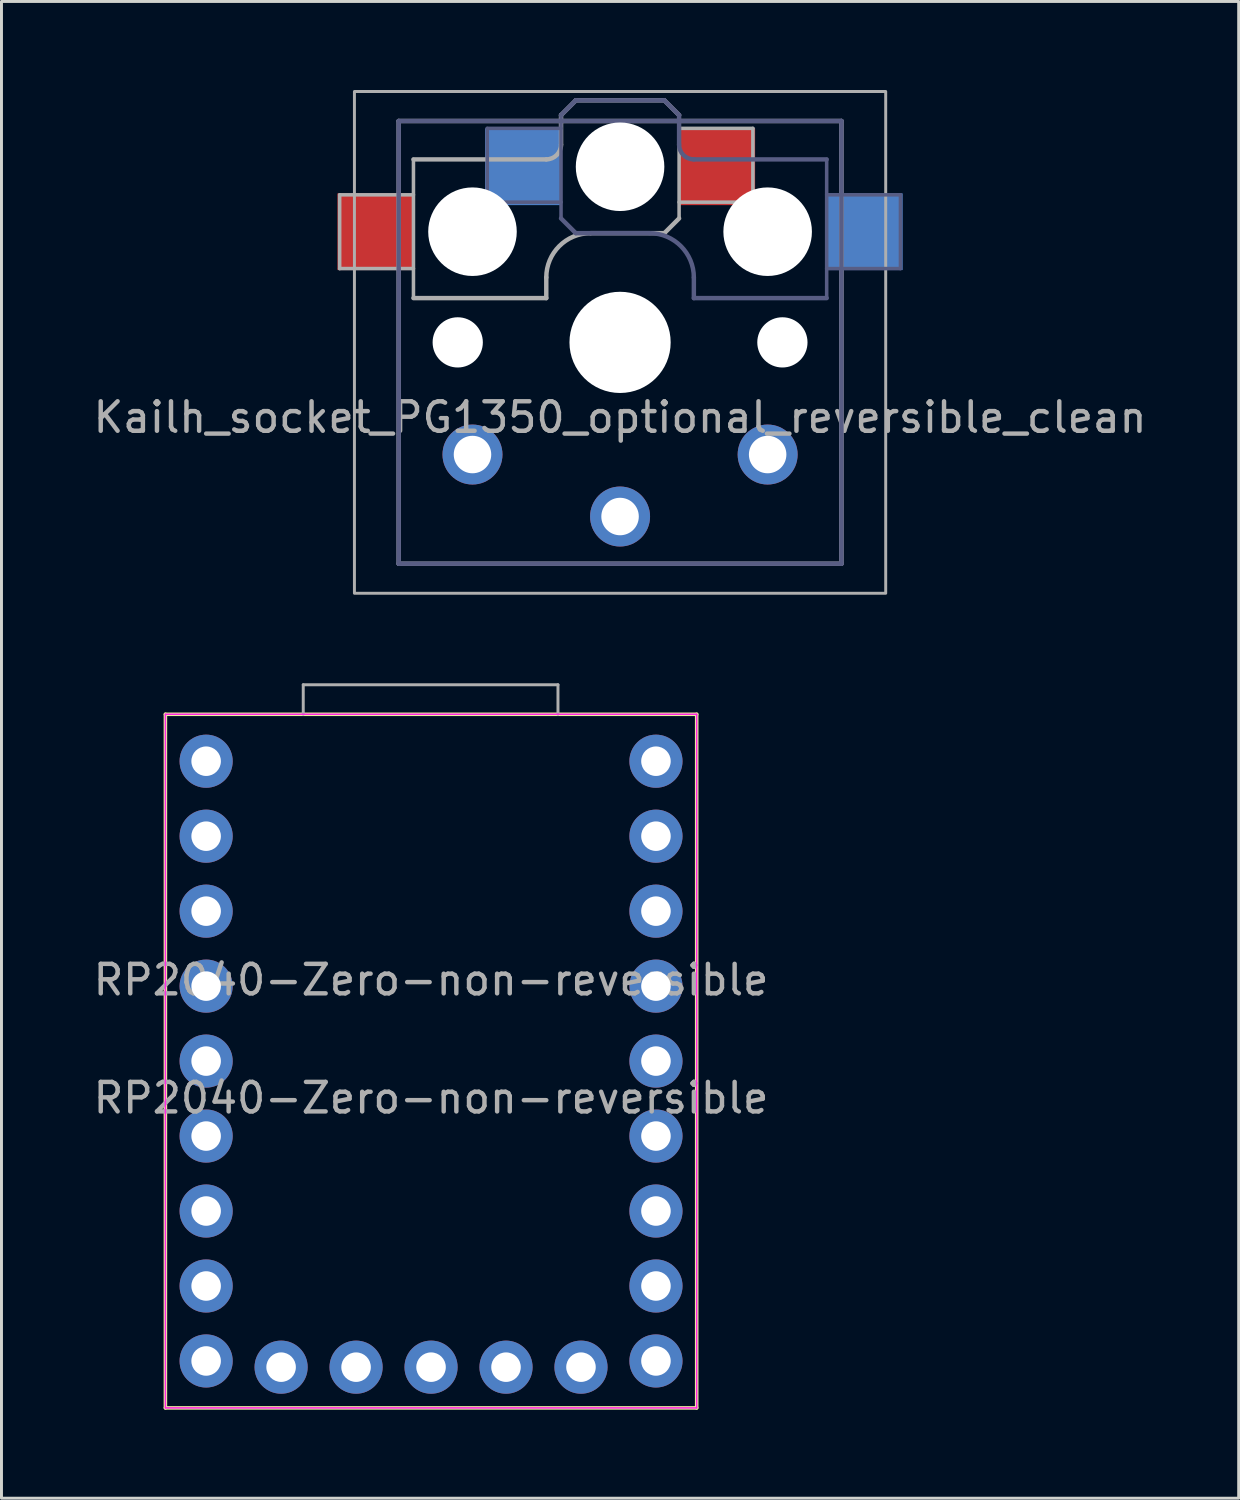
<source format=kicad_pcb>
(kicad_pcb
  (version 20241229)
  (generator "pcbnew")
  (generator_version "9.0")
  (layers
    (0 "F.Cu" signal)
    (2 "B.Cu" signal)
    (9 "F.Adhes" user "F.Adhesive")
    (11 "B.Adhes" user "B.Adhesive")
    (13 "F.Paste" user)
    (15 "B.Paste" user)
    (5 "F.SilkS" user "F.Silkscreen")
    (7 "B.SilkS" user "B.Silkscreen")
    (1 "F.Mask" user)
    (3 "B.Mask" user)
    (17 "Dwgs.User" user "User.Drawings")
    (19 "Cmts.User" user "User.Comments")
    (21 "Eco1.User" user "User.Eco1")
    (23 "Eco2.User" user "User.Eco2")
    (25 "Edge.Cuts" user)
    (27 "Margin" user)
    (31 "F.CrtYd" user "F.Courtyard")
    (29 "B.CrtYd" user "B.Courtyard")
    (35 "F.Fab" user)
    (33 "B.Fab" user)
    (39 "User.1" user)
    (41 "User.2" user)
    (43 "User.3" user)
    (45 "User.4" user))
  (footprint "RP2040-Zero-non-reversible"
    (layer "F.Cu")
    (at 11.554 33.65)
    (property "Reference" "RP2040-Zero-non-reversible" (at 0 -3.5 0) (unlocked yes) (layer "F.Fab") (effects (font (size 1 1) (thickness 0.15))))
    (attr through_hole)
    (fp_line (start -9 -12.5) (end -9 11) (stroke (width 0.12) (type solid)) (layer "F.SilkS"))
    (fp_line (start -9 11) (end 9 11) (stroke (width 0.12) (type solid)) (layer "F.SilkS"))
    (fp_line (start 9 -12.5) (end -9 -12.5) (stroke (width 0.12) (type solid)) (layer "F.SilkS"))
    (fp_line (start 9 11) (end 9 -12.5) (stroke (width 0.12) (type solid)) (layer "F.SilkS"))
    (fp_line (start -9 -12.5) (end 9 -12.5) (stroke (width 0.05) (type solid)) (layer "F.CrtYd"))
    (fp_line (start -9 11) (end -9 -12.5) (stroke (width 0.05) (type solid)) (layer "F.CrtYd"))
    (fp_line (start 9 -12.5) (end 9 11) (stroke (width 0.05) (type solid)) (layer "F.CrtYd"))
    (fp_line (start 9 11) (end -9 11) (stroke (width 0.05) (type solid)) (layer "F.CrtYd"))
    (fp_line (start -4.33 -13.5) (end -4.33 -12.5) (stroke (width 0.1) (type solid)) (layer "F.Fab"))
    (fp_line (start -4.33 -13.5) (end 4.3 -13.5) (stroke (width 0.1) (type solid)) (layer "F.Fab"))
    (fp_line (start 4.3 -13.5) (end 4.3 -12.5) (stroke (width 0.1) (type solid)) (layer "F.Fab"))
    (fp_text user "${REFERENCE}" (at 0 0.5 0) (unlocked yes) (layer "F.Fab") (effects (font (size 1 1) (thickness 0.15))))
    (pad "1" thru_hole circle (at 7.62 -10.91) (size 1.8 1.8) (drill 1) (layers "*.Cu" "*.Mask"))
    (pad "2" thru_hole circle (at 7.62 -8.37) (size 1.8 1.8) (drill 1) (layers "*.Cu" "*.Mask"))
    (pad "3" thru_hole circle (at 7.62 -5.83) (size 1.8 1.8) (drill 1) (layers "*.Cu" "*.Mask"))
    (pad "4" thru_hole circle (at 7.62 -3.29) (size 1.8 1.8) (drill 1) (layers "*.Cu" "*.Mask"))
    (pad "5" thru_hole circle (at 7.62 -0.75) (size 1.8 1.8) (drill 1) (layers "*.Cu" "*.Mask"))
    (pad "6" thru_hole circle (at 7.62 1.79) (size 1.8 1.8) (drill 1) (layers "*.Cu" "*.Mask"))
    (pad "7" thru_hole circle (at 7.62 4.33) (size 1.8 1.8) (drill 1) (layers "*.Cu" "*.Mask"))
    (pad "8" thru_hole circle (at 7.62 6.87) (size 1.8 1.8) (drill 1) (layers "*.Cu" "*.Mask"))
    (pad "9" thru_hole circle (at 7.62 9.41) (size 1.8 1.8) (drill 1) (layers "*.Cu" "*.Mask"))
    (pad "10" thru_hole circle (at 5.08 9.62) (size 1.8 1.8) (drill 1) (layers "*.Cu" "*.Mask"))
    (pad "11" thru_hole circle (at 2.54 9.62) (size 1.8 1.8) (drill 1) (layers "*.Cu" "*.Mask"))
    (pad "12" thru_hole circle (at 0 9.62) (size 1.8 1.8) (drill 1) (layers "*.Cu" "*.Mask"))
    (pad "13" thru_hole circle (at -2.54 9.62) (size 1.8 1.8) (drill 1) (layers "*.Cu" "*.Mask"))
    (pad "14" thru_hole circle (at -5.08 9.62) (size 1.8 1.8) (drill 1) (layers "*.Cu" "*.Mask"))
    (pad "15" thru_hole circle (at -7.62 9.41) (size 1.8 1.8) (drill 1) (layers "*.Cu" "*.Mask"))
    (pad "16" thru_hole circle (at -7.62 6.87) (size 1.8 1.8) (drill 1) (layers "*.Cu" "*.Mask"))
    (pad "17" thru_hole circle (at -7.62 4.33) (size 1.8 1.8) (drill 1) (layers "*.Cu" "*.Mask"))
    (pad "18" thru_hole circle (at -7.62 1.79) (size 1.8 1.8) (drill 1) (layers "*.Cu" "*.Mask"))
    (pad "19" thru_hole circle (at -7.62 -10.91) (size 1.8 1.8) (drill 1) (layers "*.Cu" "*.Mask"))
    (pad "20" thru_hole circle (at -7.62 -8.37) (size 1.8 1.8) (drill 1) (layers "*.Cu" "*.Mask"))
    (pad "21" thru_hole circle (at -7.62 -5.83) (size 1.8 1.8) (drill 1) (layers "*.Cu" "*.Mask"))
    (pad "22" thru_hole circle (at -7.62 -0.75) (size 1.8 1.8) (drill 1) (layers "*.Cu" "*.Mask"))
    (pad "23" thru_hole circle (at -7.62 -3.29) (size 1.8 1.8) (drill 1) (layers "*.Cu" "*.Mask")))
  (footprint "Kailh_socket_PG1350_optional_reversible_clean"
    (layer "F.Cu")
    (at 17.958 8.55)
    (property "Reference" "Kailh_socket_PG1350_optional_reversible_clean" (at 0 2.54 0) (layer "F.Fab") (effects (font (size 1 1) (thickness 0.15))))
    (attr through_hole)
    (fp_line (start -6.9 6.9) (end -6.9 -6.9) (stroke (width 0.15) (type solid)) (layer "Eco2.User"))
    (fp_line (start -6.9 6.9) (end 6.9 6.9) (stroke (width 0.15) (type solid)) (layer "Eco2.User"))
    (fp_line (start -2.6 -3.1) (end -2.6 -6.3) (stroke (width 0.15) (type solid)) (layer "Eco2.User"))
    (fp_line (start -2.6 -3.1) (end 2.6 -3.1) (stroke (width 0.15) (type solid)) (layer "Eco2.User"))
    (fp_line (start 2.6 -6.3) (end -2.6 -6.3) (stroke (width 0.15) (type solid)) (layer "Eco2.User"))
    (fp_line (start 2.6 -3.1) (end 2.6 -6.3) (stroke (width 0.15) (type solid)) (layer "Eco2.User"))
    (fp_line (start 6.9 -6.9) (end -6.9 -6.9) (stroke (width 0.15) (type solid)) (layer "Eco2.User"))
    (fp_line (start 6.9 -6.9) (end 6.9 6.9) (stroke (width 0.15) (type solid)) (layer "Eco2.User"))
    (fp_line (start -7.5 -7.5) (end 7.5 -7.5) (stroke (width 0.15) (type solid)) (layer "B.Fab"))
    (fp_line (start -7.5 7.5) (end -7.5 -7.5) (stroke (width 0.15) (type solid)) (layer "B.Fab"))
    (fp_line (start -4.5 -7.25) (end -2 -7.25) (stroke (width 0.12) (type solid)) (layer "B.Fab"))
    (fp_line (start -4.5 -4.75) (end -4.5 -7.25) (stroke (width 0.12) (type solid)) (layer "B.Fab"))
    (fp_line (start -2 -7.7) (end -1.5 -8.2) (stroke (width 0.15) (type solid)) (layer "B.Fab"))
    (fp_line (start -2 -4.75) (end -4.5 -4.75) (stroke (width 0.12) (type solid)) (layer "B.Fab"))
    (fp_line (start -2 -4.25) (end -2 -7.7) (stroke (width 0.12) (type solid)) (layer "B.Fab"))
    (fp_line (start -2 -4.2) (end -1.5 -3.7) (stroke (width 0.15) (type solid)) (layer "B.Fab"))
    (fp_line (start -1.5 -8.2) (end 1.5 -8.2) (stroke (width 0.15) (type solid)) (layer "B.Fab"))
    (fp_line (start -1.5 -3.7) (end 1 -3.7) (stroke (width 0.15) (type solid)) (layer "B.Fab"))
    (fp_line (start 1.5 -8.2) (end 2 -7.7) (stroke (width 0.15) (type solid)) (layer "B.Fab"))
    (fp_line (start 2 -6.7) (end 2 -7.7) (stroke (width 0.15) (type solid)) (layer "B.Fab"))
    (fp_line (start 2.5 -2.2) (end 2.5 -1.5) (stroke (width 0.15) (type solid)) (layer "B.Fab"))
    (fp_line (start 2.5 -1.5) (end 7 -1.5) (stroke (width 0.15) (type solid)) (layer "B.Fab"))
    (fp_line (start 7 -6.2) (end 2.5 -6.2) (stroke (width 0.15) (type solid)) (layer "B.Fab"))
    (fp_line (start 7 -5) (end 9.5 -5) (stroke (width 0.12) (type solid)) (layer "B.Fab"))
    (fp_line (start 7 -1.5) (end 7 -6.2) (stroke (width 0.12) (type solid)) (layer "B.Fab"))
    (fp_line (start 7.5 -7.5) (end 7.5 7.5) (stroke (width 0.15) (type solid)) (layer "B.Fab"))
    (fp_line (start 7.5 7.5) (end -7.5 7.5) (stroke (width 0.15) (type solid)) (layer "B.Fab"))
    (fp_line (start 9.5 -5) (end 9.5 -2.5) (stroke (width 0.12) (type solid)) (layer "B.Fab"))
    (fp_line (start 9.5 -2.5) (end 7 -2.5) (stroke (width 0.12) (type solid)) (layer "B.Fab"))
    (fp_arc (start 1 -3.7) (mid 2.06066 -3.26066) (end 2.5 -2.2) (stroke (width 0.15) (type solid)) (layer "B.Fab"))
    (fp_arc (start 2.5 -6.2) (mid 2.146447 -6.346447) (end 2 -6.7) (stroke (width 0.15) (type solid)) (layer "B.Fab"))
    (fp_line (start -9.5 -5) (end -9.5 -2.5) (stroke (width 0.12) (type solid)) (layer "F.Fab"))
    (fp_line (start -9.5 -2.5) (end -7 -2.5) (stroke (width 0.12) (type solid)) (layer "F.Fab"))
    (fp_line (start -7.5 -7.5) (end 7.5 -7.5) (stroke (width 0.15) (type solid)) (layer "F.Fab"))
    (fp_line (start -7.5 7.5) (end -7.5 -7.5) (stroke (width 0.15) (type solid)) (layer "F.Fab"))
    (fp_line (start -7 -6.2) (end -2.5 -6.2) (stroke (width 0.15) (type solid)) (layer "F.Fab"))
    (fp_line (start -7 -5) (end -9.5 -5) (stroke (width 0.12) (type solid)) (layer "F.Fab"))
    (fp_line (start -7 -1.5) (end -7 -6.2) (stroke (width 0.12) (type solid)) (layer "F.Fab"))
    (fp_line (start -2.5 -2.2) (end -2.5 -1.5) (stroke (width 0.15) (type solid)) (layer "F.Fab"))
    (fp_line (start -2.5 -1.5) (end -7 -1.5) (stroke (width 0.15) (type solid)) (layer "F.Fab"))
    (fp_line (start -2 -6.7) (end -2 -7.7) (stroke (width 0.15) (type solid)) (layer "F.Fab"))
    (fp_line (start -1.5 -8.2) (end -2 -7.7) (stroke (width 0.15) (type solid)) (layer "F.Fab"))
    (fp_line (start 1.5 -8.2) (end -1.5 -8.2) (stroke (width 0.15) (type solid)) (layer "F.Fab"))
    (fp_line (start 1.5 -3.7) (end -1 -3.7) (stroke (width 0.15) (type solid)) (layer "F.Fab"))
    (fp_line (start 2 -7.7) (end 1.5 -8.2) (stroke (width 0.15) (type solid)) (layer "F.Fab"))
    (fp_line (start 2 -4.75) (end 4.5 -4.75) (stroke (width 0.12) (type solid)) (layer "F.Fab"))
    (fp_line (start 2 -4.25) (end 2 -7.7) (stroke (width 0.12) (type solid)) (layer "F.Fab"))
    (fp_line (start 2 -4.2) (end 1.5 -3.7) (stroke (width 0.15) (type solid)) (layer "F.Fab"))
    (fp_line (start 4.5 -7.25) (end 2 -7.25) (stroke (width 0.12) (type solid)) (layer "F.Fab"))
    (fp_line (start 4.5 -4.75) (end 4.5 -7.25) (stroke (width 0.12) (type solid)) (layer "F.Fab"))
    (fp_line (start 7.5 -7.5) (end 7.5 7.5) (stroke (width 0.15) (type solid)) (layer "F.Fab"))
    (fp_line (start 7.5 7.5) (end -7.5 7.5) (stroke (width 0.15) (type solid)) (layer "F.Fab"))
    (fp_rect (start -9 -8.5) (end 9 8.5) (stroke (width 0.1) (type default)) (fill no) (layer "F.Fab"))
    (fp_arc (start -2.5 -2.2) (mid -2.06066 -3.26066) (end -1 -3.7) (stroke (width 0.15) (type solid)) (layer "F.Fab"))
    (fp_arc (start -2 -6.7) (mid -2.146447 -6.346447) (end -2.5 -6.2) (stroke (width 0.15) (type solid)) (layer "F.Fab"))
    (pad "" np_thru_hole circle (at -5.5 0) (size 1.702 1.702) (drill 1.702) (layers "*.Cu" "*.Mask"))
    (pad "" np_thru_hole circle (at -5 -3.75) (size 3 3) (drill 3) (layers "*.Cu" "*.Mask"))
    (pad "" np_thru_hole circle (at 0 -5.95) (size 3 3) (drill 3) (layers "*.Cu" "*.Mask"))
    (pad "" np_thru_hole circle (at 0 0) (size 3.429 3.429) (drill 3.429) (layers "*.Cu" "*.Mask"))
    (pad "" np_thru_hole circle (at 5 -3.75) (size 3 3) (drill 3) (layers "*.Cu" "*.Mask"))
    (pad "" np_thru_hole circle (at 5.5 0) (size 1.702 1.702) (drill 1.702) (layers "*.Cu" "*.Mask"))
    (pad "1" smd rect (at -3.275 -5.95) (size 2.6 2.6) (layers "B.Cu" "B.Mask" "B.Paste"))
    (pad "1" thru_hole circle (at 0 5.9) (size 2.032 2.032) (drill 1.27) (layers "*.Cu" "*.Mask"))
    (pad "1" smd rect (at 3.275 -5.95) (size 2.6 2.6) (layers "F.Cu" "F.Mask" "F.Paste"))
    (pad "2" smd rect (at -8.275 -3.75) (size 2.6 2.6) (layers "F.Cu" "F.Mask" "F.Paste"))
    (pad "2" thru_hole circle (at -5 3.8) (size 2.032 2.032) (drill 1.27) (layers "*.Cu" "*.Mask"))
    (pad "2" thru_hole circle (at 5 3.8) (size 2.032 2.032) (drill 1.27) (layers "*.Cu" "*.Mask"))
    (pad "2" smd rect (at 8.275 -3.75) (size 2.6 2.6) (layers "B.Cu" "B.Mask" "B.Paste")))
  (gr_rect
    (start -3 -3)
    (end 38.917 47.71)
    (stroke (width 0.1) (type default))
    (fill no)
    (layer "Edge.Cuts")))
</source>
